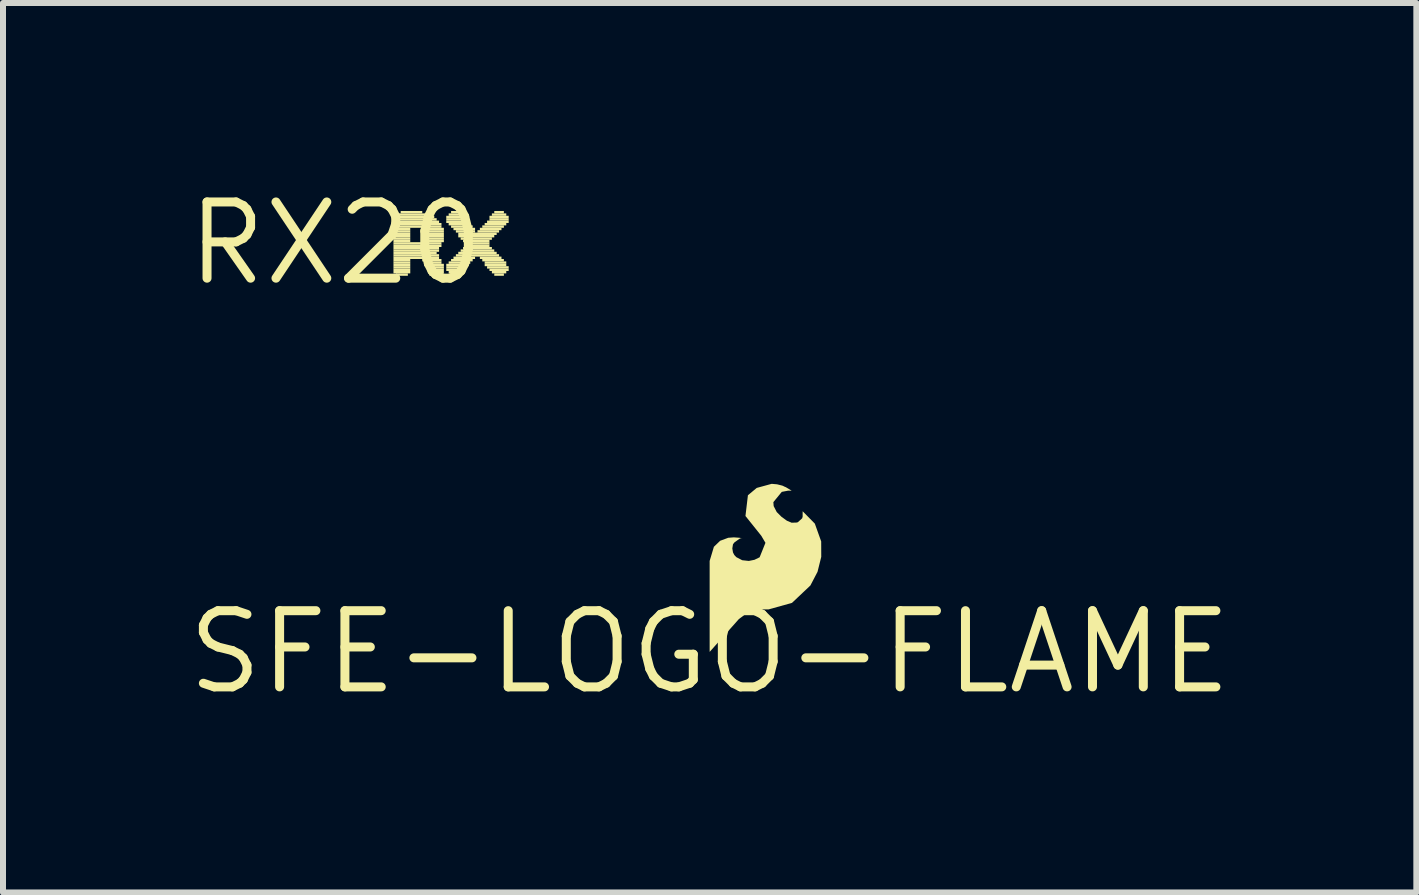
<source format=kicad_pcb>
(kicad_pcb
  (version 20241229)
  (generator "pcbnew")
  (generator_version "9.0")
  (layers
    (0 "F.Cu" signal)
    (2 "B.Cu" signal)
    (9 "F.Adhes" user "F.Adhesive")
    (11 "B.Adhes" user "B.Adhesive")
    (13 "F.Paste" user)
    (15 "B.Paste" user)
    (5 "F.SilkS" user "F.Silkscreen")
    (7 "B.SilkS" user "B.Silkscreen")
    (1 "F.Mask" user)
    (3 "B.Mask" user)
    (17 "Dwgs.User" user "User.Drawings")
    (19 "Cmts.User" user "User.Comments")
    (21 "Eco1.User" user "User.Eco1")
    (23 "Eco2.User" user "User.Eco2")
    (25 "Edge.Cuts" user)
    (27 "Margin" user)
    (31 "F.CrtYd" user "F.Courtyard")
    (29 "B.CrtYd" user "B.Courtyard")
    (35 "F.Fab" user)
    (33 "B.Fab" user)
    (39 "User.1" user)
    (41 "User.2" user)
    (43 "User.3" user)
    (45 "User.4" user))
  (footprint "SFE-LOGO-FLAME"
    (layer "F.Cu")
    (at 8.776 7.817)
    (property "Reference" "SFE-LOGO-FLAME" (at 0 0 0) (layer "F.SilkS") (effects (font (size 1.27 1.27) (thickness 0.15))))
    (attr through_hole)
    (fp_poly (pts (xy 0.546 -1.897) (xy 0.498 -1.905) (xy 0.404 -1.912) (xy 0.31 -1.905) (xy 0.175 -1.855) (xy 0.071 -1.755) (xy 0.0001 -1.519) (xy 0.0001 -0.003) (xy 0.488 -0.551) (xy 0.676 -0.691) (xy 0.713 -0.704) (xy 0.752 -0.711) (xy 0.981 -0.711) (xy 1.372 -0.82) (xy 1.679 -1.11) (xy 1.679 -1.11) (xy 1.798 -1.338) (xy 1.86 -1.587) (xy 1.859 -1.844) (xy 1.859 -1.844) (xy 1.753 -2.141) (xy 1.55 -2.347) (xy 1.55 -2.258) (xy 1.542 -2.23) (xy 1.473 -2.167) (xy 1.463 -2.162) (xy 1.453 -2.159) (xy 1.367 -2.156) (xy 1.288 -2.189) (xy 1.196 -2.256) (xy 1.118 -2.334) (xy 1.067 -2.433) (xy 1.062 -2.499) (xy 1.202 -2.67) (xy 1.306 -2.69) (xy 1.367 -2.69) (xy 1.367 -2.69) (xy 1.364 -2.692) (xy 1.27 -2.748) (xy 1.252 -2.755) (xy 1.234 -2.764) (xy 1.223 -2.769) (xy 1.212 -2.774) (xy 1.124 -2.796) (xy 1.034 -2.804) (xy 0.785 -2.736) (xy 0.638 -2.614) (xy 0.638 -2.614) (xy 0.597 -2.268) (xy 0.861 -1.938) (xy 0.861 -1.938) (xy 0.93 -1.821) (xy 0.833 -1.58) (xy 0.747 -1.538) (xy 0.653 -1.519) (xy 0.653 -1.519) (xy 0.543 -1.531) (xy 0.445 -1.582) (xy 0.411 -1.618) (xy 0.389 -1.661) (xy 0.378 -1.728) (xy 0.389 -1.796) (xy 0.411 -1.826) (xy 0.495 -1.887) (xy 0.495 -1.887) (xy 0.52 -1.898)) (stroke (width 0) (type solid)) (fill yes) (layer "F.SilkS")))
  (footprint "RX20"
    (layer "F.Cu")
    (at 2.547 1.006)
    (property "Reference" "RX20" (at 0 0 0) (layer "F.SilkS") (effects (font (size 1.27 1.27) (thickness 0.15))))
    (attr through_hole)
    (fp_poly (pts (xy 0.96 -0.42) (xy 1.64 -0.42) (xy 1.64 -0.46) (xy 0.96 -0.46)) (stroke (width 0) (type solid)) (fill yes) (layer "F.SilkS"))
    (fp_poly (pts (xy 0.96 -0.38) (xy 1.68 -0.38) (xy 1.68 -0.42) (xy 0.96 -0.42)) (stroke (width 0) (type solid)) (fill yes) (layer "F.SilkS"))
    (fp_poly (pts (xy 0.96 -0.34) (xy 1.72 -0.34) (xy 1.72 -0.38) (xy 0.96 -0.38)) (stroke (width 0) (type solid)) (fill yes) (layer "F.SilkS"))
    (fp_poly (pts (xy 0.96 -0.3) (xy 1.76 -0.3) (xy 1.76 -0.34) (xy 0.96 -0.34)) (stroke (width 0) (type solid)) (fill yes) (layer "F.SilkS"))
    (fp_poly (pts (xy 0.96 -0.26) (xy 1.76 -0.26) (xy 1.76 -0.3) (xy 0.96 -0.3)) (stroke (width 0) (type solid)) (fill yes) (layer "F.SilkS"))
    (fp_poly (pts (xy 0.96 -0.22) (xy 1.24 -0.22) (xy 1.24 -0.26) (xy 0.96 -0.26)) (stroke (width 0) (type solid)) (fill yes) (layer "F.SilkS"))
    (fp_poly (pts (xy 0.96 -0.18) (xy 1.24 -0.18) (xy 1.24 -0.22) (xy 0.96 -0.22)) (stroke (width 0) (type solid)) (fill yes) (layer "F.SilkS"))
    (fp_poly (pts (xy 0.96 -0.14) (xy 1.24 -0.14) (xy 1.24 -0.18) (xy 0.96 -0.18)) (stroke (width 0) (type solid)) (fill yes) (layer "F.SilkS"))
    (fp_poly (pts (xy 0.96 -0.1) (xy 1.24 -0.1) (xy 1.24 -0.14) (xy 0.96 -0.14)) (stroke (width 0) (type solid)) (fill yes) (layer "F.SilkS"))
    (fp_poly (pts (xy 0.96 -0.06) (xy 1.24 -0.06) (xy 1.24 -0.1) (xy 0.96 -0.1)) (stroke (width 0) (type solid)) (fill yes) (layer "F.SilkS"))
    (fp_poly (pts (xy 0.96 -0.02) (xy 1.24 -0.02) (xy 1.24 -0.06) (xy 0.96 -0.06)) (stroke (width 0) (type solid)) (fill yes) (layer "F.SilkS"))
    (fp_poly (pts (xy 0.96 0.02) (xy 1.76 0.02) (xy 1.76 -0.02) (xy 0.96 -0.02)) (stroke (width 0) (type solid)) (fill yes) (layer "F.SilkS"))
    (fp_poly (pts (xy 0.96 0.06) (xy 1.76 0.06) (xy 1.76 0.02) (xy 0.96 0.02)) (stroke (width 0) (type solid)) (fill yes) (layer "F.SilkS"))
    (fp_poly (pts (xy 0.96 0.1) (xy 1.72 0.1) (xy 1.72 0.06) (xy 0.96 0.06)) (stroke (width 0) (type solid)) (fill yes) (layer "F.SilkS"))
    (fp_poly (pts (xy 0.96 0.14) (xy 1.72 0.14) (xy 1.72 0.1) (xy 0.96 0.1)) (stroke (width 0) (type solid)) (fill yes) (layer "F.SilkS"))
    (fp_poly (pts (xy 0.96 0.18) (xy 1.68 0.18) (xy 1.68 0.14) (xy 0.96 0.14)) (stroke (width 0) (type solid)) (fill yes) (layer "F.SilkS"))
    (fp_poly (pts (xy 0.96 0.22) (xy 1.72 0.22) (xy 1.72 0.18) (xy 0.96 0.18)) (stroke (width 0) (type solid)) (fill yes) (layer "F.SilkS"))
    (fp_poly (pts (xy 0.96 0.26) (xy 1.72 0.26) (xy 1.72 0.22) (xy 0.96 0.22)) (stroke (width 0) (type solid)) (fill yes) (layer "F.SilkS"))
    (fp_poly (pts (xy 0.96 0.3) (xy 1.24 0.3) (xy 1.24 0.26) (xy 0.96 0.26)) (stroke (width 0) (type solid)) (fill yes) (layer "F.SilkS"))
    (fp_poly (pts (xy 0.96 0.34) (xy 1.24 0.34) (xy 1.24 0.3) (xy 0.96 0.3)) (stroke (width 0) (type solid)) (fill yes) (layer "F.SilkS"))
    (fp_poly (pts (xy 0.96 0.38) (xy 1.24 0.38) (xy 1.24 0.34) (xy 0.96 0.34)) (stroke (width 0) (type solid)) (fill yes) (layer "F.SilkS"))
    (fp_poly (pts (xy 0.96 0.42) (xy 1.24 0.42) (xy 1.24 0.38) (xy 0.96 0.38)) (stroke (width 0) (type solid)) (fill yes) (layer "F.SilkS"))
    (fp_poly (pts (xy 0.96 0.46) (xy 1.24 0.46) (xy 1.24 0.42) (xy 0.96 0.42)) (stroke (width 0) (type solid)) (fill yes) (layer "F.SilkS"))
    (fp_poly (pts (xy 0.96 0.5) (xy 1.24 0.5) (xy 1.24 0.46) (xy 0.96 0.46)) (stroke (width 0) (type solid)) (fill yes) (layer "F.SilkS"))
    (fp_poly (pts (xy 1 -0.46) (xy 1.56 -0.46) (xy 1.56 -0.5) (xy 1 -0.5)) (stroke (width 0) (type solid)) (fill yes) (layer "F.SilkS"))
    (fp_poly (pts (xy 1 0.54) (xy 1.2 0.54) (xy 1.2 0.5) (xy 1 0.5)) (stroke (width 0) (type solid)) (fill yes) (layer "F.SilkS"))
    (fp_poly (pts (xy 1.08 -0.5) (xy 1.44 -0.5) (xy 1.44 -0.54) (xy 1.08 -0.54)) (stroke (width 0) (type solid)) (fill yes) (layer "F.SilkS"))
    (fp_poly (pts (xy 1.44 0.3) (xy 1.76 0.3) (xy 1.76 0.26) (xy 1.44 0.26)) (stroke (width 0) (type solid)) (fill yes) (layer "F.SilkS"))
    (fp_poly (pts (xy 1.48 -0.22) (xy 1.8 -0.22) (xy 1.8 -0.26) (xy 1.48 -0.26)) (stroke (width 0) (type solid)) (fill yes) (layer "F.SilkS"))
    (fp_poly (pts (xy 1.48 -0.02) (xy 1.8 -0.02) (xy 1.8 -0.06) (xy 1.48 -0.06)) (stroke (width 0) (type solid)) (fill yes) (layer "F.SilkS"))
    (fp_poly (pts (xy 1.48 0.34) (xy 1.76 0.34) (xy 1.76 0.3) (xy 1.48 0.3)) (stroke (width 0) (type solid)) (fill yes) (layer "F.SilkS"))
    (fp_poly (pts (xy 1.48 0.38) (xy 1.8 0.38) (xy 1.8 0.34) (xy 1.48 0.34)) (stroke (width 0) (type solid)) (fill yes) (layer "F.SilkS"))
    (fp_poly (pts (xy 1.52 -0.18) (xy 1.8 -0.18) (xy 1.8 -0.22) (xy 1.52 -0.22)) (stroke (width 0) (type solid)) (fill yes) (layer "F.SilkS"))
    (fp_poly (pts (xy 1.52 -0.14) (xy 1.8 -0.14) (xy 1.8 -0.18) (xy 1.52 -0.18)) (stroke (width 0) (type solid)) (fill yes) (layer "F.SilkS"))
    (fp_poly (pts (xy 1.52 -0.1) (xy 1.8 -0.1) (xy 1.8 -0.14) (xy 1.52 -0.14)) (stroke (width 0) (type solid)) (fill yes) (layer "F.SilkS"))
    (fp_poly (pts (xy 1.52 -0.06) (xy 1.8 -0.06) (xy 1.8 -0.1) (xy 1.52 -0.1)) (stroke (width 0) (type solid)) (fill yes) (layer "F.SilkS"))
    (fp_poly (pts (xy 1.52 0.42) (xy 1.8 0.42) (xy 1.8 0.38) (xy 1.52 0.38)) (stroke (width 0) (type solid)) (fill yes) (layer "F.SilkS"))
    (fp_poly (pts (xy 1.52 0.46) (xy 1.8 0.46) (xy 1.8 0.42) (xy 1.52 0.42)) (stroke (width 0) (type solid)) (fill yes) (layer "F.SilkS"))
    (fp_poly (pts (xy 1.56 0.5) (xy 1.8 0.5) (xy 1.8 0.46) (xy 1.56 0.46)) (stroke (width 0) (type solid)) (fill yes) (layer "F.SilkS"))
    (fp_poly (pts (xy 1.56 0.54) (xy 1.76 0.54) (xy 1.76 0.5) (xy 1.56 0.5)) (stroke (width 0) (type solid)) (fill yes) (layer "F.SilkS"))
    (fp_poly (pts (xy 1.84 -0.42) (xy 2.12 -0.42) (xy 2.12 -0.46) (xy 1.84 -0.46)) (stroke (width 0) (type solid)) (fill yes) (layer "F.SilkS"))
    (fp_poly (pts (xy 1.84 -0.38) (xy 2.16 -0.38) (xy 2.16 -0.42) (xy 1.84 -0.42)) (stroke (width 0) (type solid)) (fill yes) (layer "F.SilkS"))
    (fp_poly (pts (xy 1.84 -0.34) (xy 2.2 -0.34) (xy 2.2 -0.38) (xy 1.84 -0.38)) (stroke (width 0) (type solid)) (fill yes) (layer "F.SilkS"))
    (fp_poly (pts (xy 1.84 0.38) (xy 2.2 0.38) (xy 2.2 0.34) (xy 1.84 0.34)) (stroke (width 0) (type solid)) (fill yes) (layer "F.SilkS"))
    (fp_poly (pts (xy 1.84 0.42) (xy 2.16 0.42) (xy 2.16 0.38) (xy 1.84 0.38)) (stroke (width 0) (type solid)) (fill yes) (layer "F.SilkS"))
    (fp_poly (pts (xy 1.84 0.46) (xy 2.12 0.46) (xy 2.12 0.42) (xy 1.84 0.42)) (stroke (width 0) (type solid)) (fill yes) (layer "F.SilkS"))
    (fp_poly (pts (xy 1.88 -0.46) (xy 2.08 -0.46) (xy 2.08 -0.5) (xy 1.88 -0.5)) (stroke (width 0) (type solid)) (fill yes) (layer "F.SilkS"))
    (fp_poly (pts (xy 1.88 -0.3) (xy 2.24 -0.3) (xy 2.24 -0.34) (xy 1.88 -0.34)) (stroke (width 0) (type solid)) (fill yes) (layer "F.SilkS"))
    (fp_poly (pts (xy 1.88 0.34) (xy 2.24 0.34) (xy 2.24 0.3) (xy 1.88 0.3)) (stroke (width 0) (type solid)) (fill yes) (layer "F.SilkS"))
    (fp_poly (pts (xy 1.88 0.5) (xy 2.12 0.5) (xy 2.12 0.46) (xy 1.88 0.46)) (stroke (width 0) (type solid)) (fill yes) (layer "F.SilkS"))
    (fp_poly (pts (xy 1.92 -0.5) (xy 2.04 -0.5) (xy 2.04 -0.54) (xy 1.92 -0.54)) (stroke (width 0) (type solid)) (fill yes) (layer "F.SilkS"))
    (fp_poly (pts (xy 1.92 -0.26) (xy 2.28 -0.26) (xy 2.28 -0.3) (xy 1.92 -0.3)) (stroke (width 0) (type solid)) (fill yes) (layer "F.SilkS"))
    (fp_poly (pts (xy 1.92 0.3) (xy 2.28 0.3) (xy 2.28 0.26) (xy 1.92 0.26)) (stroke (width 0) (type solid)) (fill yes) (layer "F.SilkS"))
    (fp_poly (pts (xy 1.92 0.54) (xy 2.08 0.54) (xy 2.08 0.5) (xy 1.92 0.5)) (stroke (width 0) (type solid)) (fill yes) (layer "F.SilkS"))
    (fp_poly (pts (xy 1.96 -0.22) (xy 2.32 -0.22) (xy 2.32 -0.26) (xy 1.96 -0.26)) (stroke (width 0) (type solid)) (fill yes) (layer "F.SilkS"))
    (fp_poly (pts (xy 1.96 0.26) (xy 2.32 0.26) (xy 2.32 0.22) (xy 1.96 0.22)) (stroke (width 0) (type solid)) (fill yes) (layer "F.SilkS"))
    (fp_poly (pts (xy 2 -0.18) (xy 2.32 -0.18) (xy 2.32 -0.22) (xy 2 -0.22)) (stroke (width 0) (type solid)) (fill yes) (layer "F.SilkS"))
    (fp_poly (pts (xy 2 0.22) (xy 2.72 0.22) (xy 2.72 0.18) (xy 2 0.18)) (stroke (width 0) (type solid)) (fill yes) (layer "F.SilkS"))
    (fp_poly (pts (xy 2.04 -0.14) (xy 2.68 -0.14) (xy 2.68 -0.18) (xy 2.04 -0.18)) (stroke (width 0) (type solid)) (fill yes) (layer "F.SilkS"))
    (fp_poly (pts (xy 2.04 -0.1) (xy 2.64 -0.1) (xy 2.64 -0.14) (xy 2.04 -0.14)) (stroke (width 0) (type solid)) (fill yes) (layer "F.SilkS"))
    (fp_poly (pts (xy 2.04 0.18) (xy 2.68 0.18) (xy 2.68 0.14) (xy 2.04 0.14)) (stroke (width 0) (type solid)) (fill yes) (layer "F.SilkS"))
    (fp_poly (pts (xy 2.08 -0.06) (xy 2.6 -0.06) (xy 2.6 -0.1) (xy 2.08 -0.1)) (stroke (width 0) (type solid)) (fill yes) (layer "F.SilkS"))
    (fp_poly (pts (xy 2.08 0.14) (xy 2.64 0.14) (xy 2.64 0.1) (xy 2.08 0.1)) (stroke (width 0) (type solid)) (fill yes) (layer "F.SilkS"))
    (fp_poly (pts (xy 2.12 -0.02) (xy 2.56 -0.02) (xy 2.56 -0.06) (xy 2.12 -0.06)) (stroke (width 0) (type solid)) (fill yes) (layer "F.SilkS"))
    (fp_poly (pts (xy 2.12 0.1) (xy 2.6 0.1) (xy 2.6 0.06) (xy 2.12 0.06)) (stroke (width 0) (type solid)) (fill yes) (layer "F.SilkS"))
    (fp_poly (pts (xy 2.16 0.02) (xy 2.56 0.02) (xy 2.56 -0.02) (xy 2.16 -0.02)) (stroke (width 0) (type solid)) (fill yes) (layer "F.SilkS"))
    (fp_poly (pts (xy 2.16 0.06) (xy 2.56 0.06) (xy 2.56 0.02) (xy 2.16 0.02)) (stroke (width 0) (type solid)) (fill yes) (layer "F.SilkS"))
    (fp_poly (pts (xy 2.36 -0.18) (xy 2.72 -0.18) (xy 2.72 -0.22) (xy 2.36 -0.22)) (stroke (width 0) (type solid)) (fill yes) (layer "F.SilkS"))
    (fp_poly (pts (xy 2.4 -0.22) (xy 2.76 -0.22) (xy 2.76 -0.26) (xy 2.4 -0.26)) (stroke (width 0) (type solid)) (fill yes) (layer "F.SilkS"))
    (fp_poly (pts (xy 2.4 0.26) (xy 2.76 0.26) (xy 2.76 0.22) (xy 2.4 0.22)) (stroke (width 0) (type solid)) (fill yes) (layer "F.SilkS"))
    (fp_poly (pts (xy 2.44 -0.26) (xy 2.8 -0.26) (xy 2.8 -0.3) (xy 2.44 -0.3)) (stroke (width 0) (type solid)) (fill yes) (layer "F.SilkS"))
    (fp_poly (pts (xy 2.44 0.3) (xy 2.8 0.3) (xy 2.8 0.26) (xy 2.44 0.26)) (stroke (width 0) (type solid)) (fill yes) (layer "F.SilkS"))
    (fp_poly (pts (xy 2.48 -0.3) (xy 2.84 -0.3) (xy 2.84 -0.34) (xy 2.48 -0.34)) (stroke (width 0) (type solid)) (fill yes) (layer "F.SilkS"))
    (fp_poly (pts (xy 2.48 0.34) (xy 2.84 0.34) (xy 2.84 0.3) (xy 2.48 0.3)) (stroke (width 0) (type solid)) (fill yes) (layer "F.SilkS"))
    (fp_poly (pts (xy 2.48 0.38) (xy 2.84 0.38) (xy 2.84 0.34) (xy 2.48 0.34)) (stroke (width 0) (type solid)) (fill yes) (layer "F.SilkS"))
    (fp_poly (pts (xy 2.52 -0.34) (xy 2.88 -0.34) (xy 2.88 -0.38) (xy 2.52 -0.38)) (stroke (width 0) (type solid)) (fill yes) (layer "F.SilkS"))
    (fp_poly (pts (xy 2.52 0.42) (xy 2.88 0.42) (xy 2.88 0.38) (xy 2.52 0.38)) (stroke (width 0) (type solid)) (fill yes) (layer "F.SilkS"))
    (fp_poly (pts (xy 2.56 -0.42) (xy 2.88 -0.42) (xy 2.88 -0.46) (xy 2.56 -0.46)) (stroke (width 0) (type solid)) (fill yes) (layer "F.SilkS"))
    (fp_poly (pts (xy 2.56 -0.38) (xy 2.88 -0.38) (xy 2.88 -0.42) (xy 2.56 -0.42)) (stroke (width 0) (type solid)) (fill yes) (layer "F.SilkS"))
    (fp_poly (pts (xy 2.56 0.46) (xy 2.88 0.46) (xy 2.88 0.42) (xy 2.56 0.42)) (stroke (width 0) (type solid)) (fill yes) (layer "F.SilkS"))
    (fp_poly (pts (xy 2.6 -0.46) (xy 2.84 -0.46) (xy 2.84 -0.5) (xy 2.6 -0.5)) (stroke (width 0) (type solid)) (fill yes) (layer "F.SilkS"))
    (fp_poly (pts (xy 2.6 0.5) (xy 2.84 0.5) (xy 2.84 0.46) (xy 2.6 0.46)) (stroke (width 0) (type solid)) (fill yes) (layer "F.SilkS"))
    (fp_poly (pts (xy 2.64 -0.5) (xy 2.8 -0.5) (xy 2.8 -0.54) (xy 2.64 -0.54)) (stroke (width 0) (type solid)) (fill yes) (layer "F.SilkS"))
    (fp_poly (pts (xy 2.64 0.54) (xy 2.8 0.54) (xy 2.8 0.5) (xy 2.64 0.5)) (stroke (width 0) (type solid)) (fill yes) (layer "F.SilkS")))
  (gr_rect
    (start -3 -3)
    (end 20.553 11.823)
    (stroke (width 0.1) (type default))
    (fill no)
    (layer "Edge.Cuts")))
</source>
